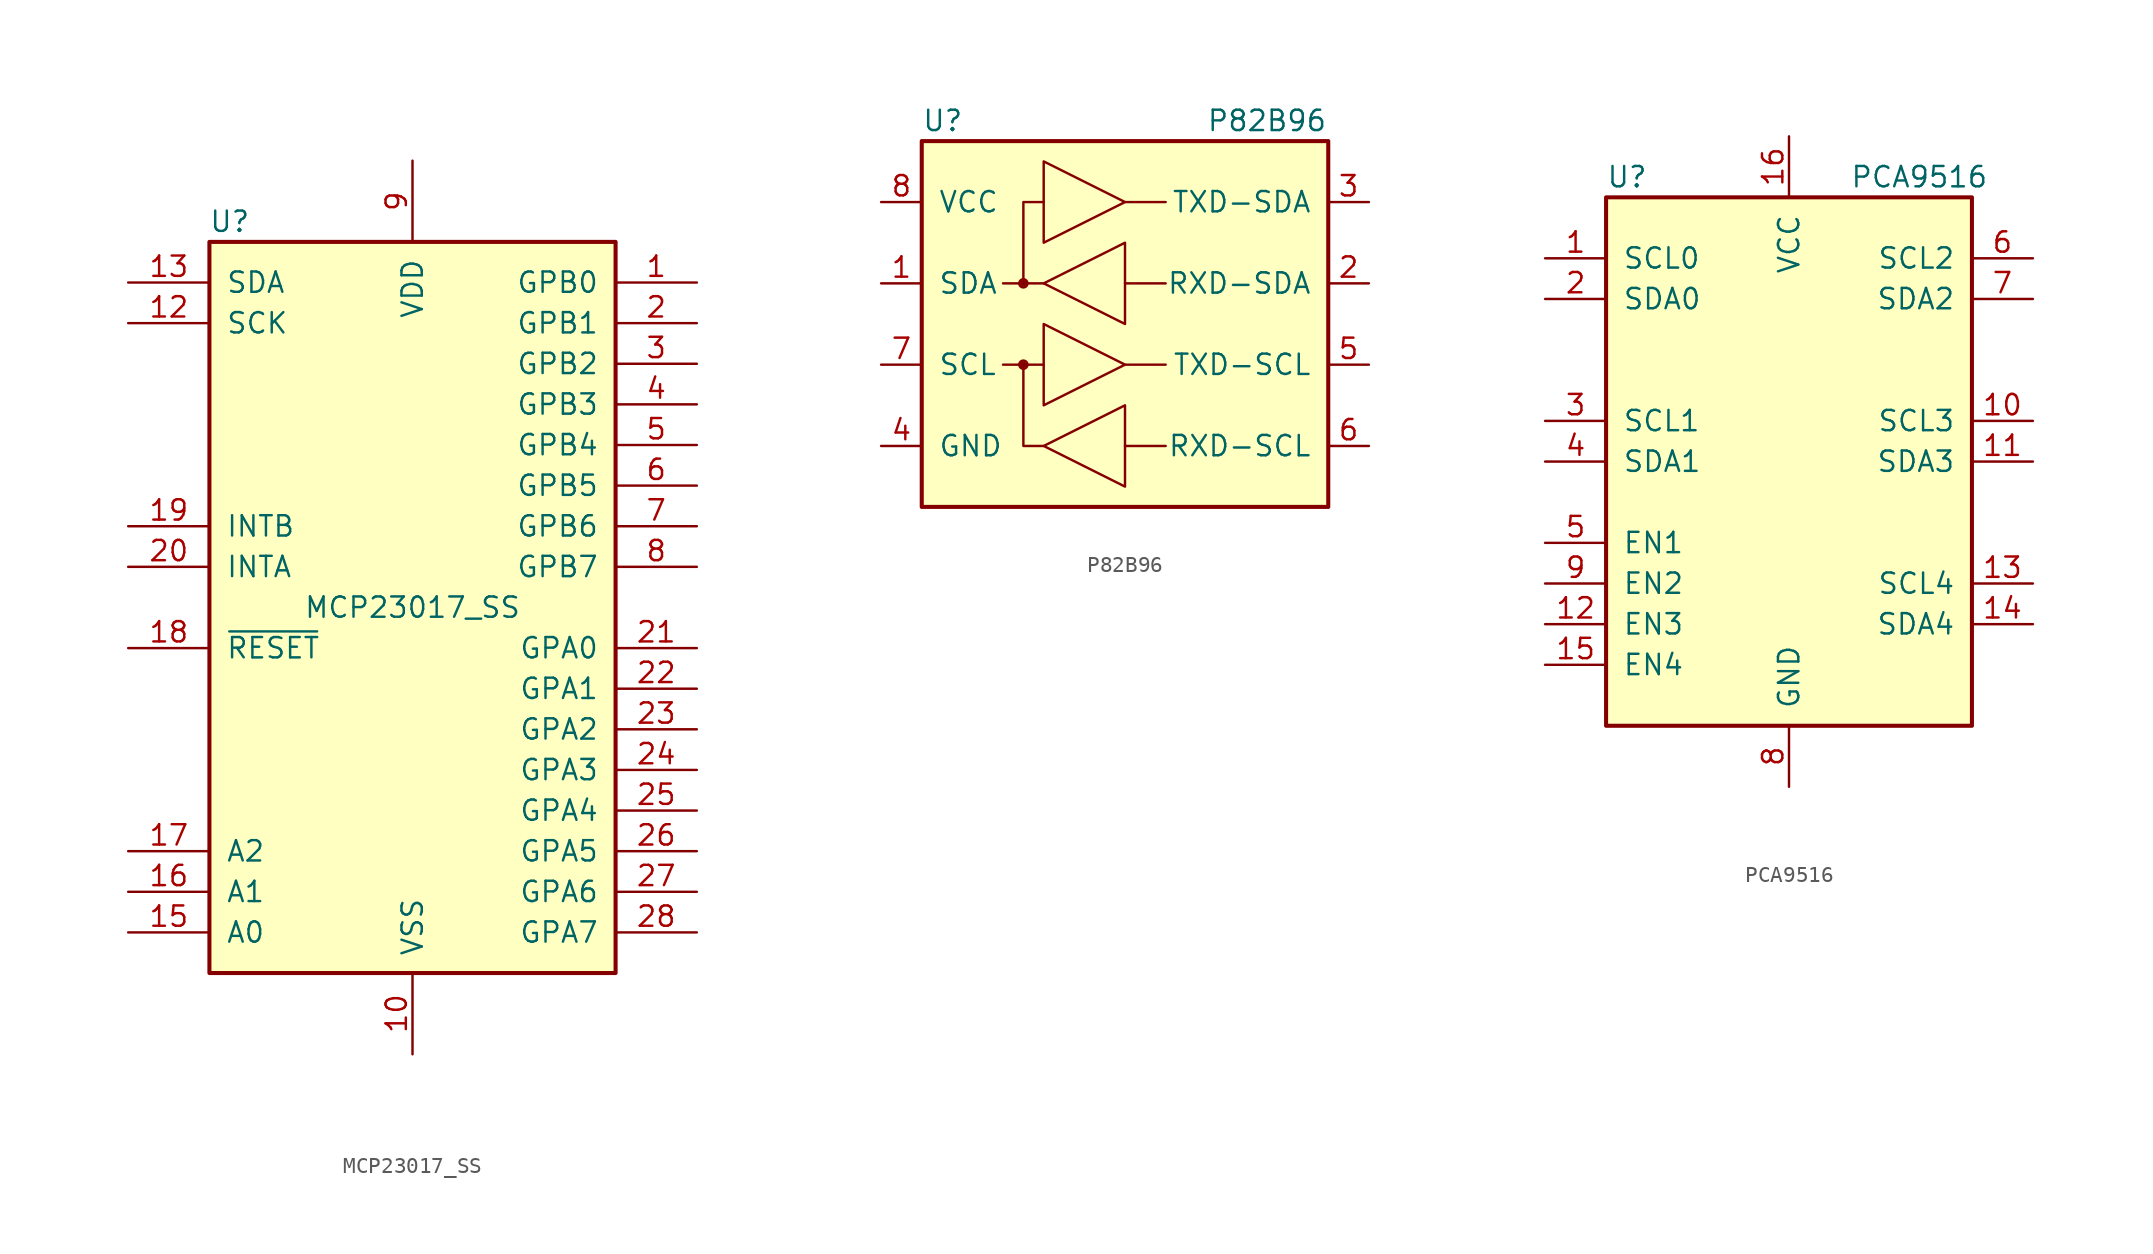
<source format=kicad_sym>
(kicad_symbol_lib
  (version 20201005)
  (generator kicad_symbol_editor)
  (symbol "Interface_Expansion:MCP23017_SS"
    (pin_names
      (offset 1.016))
    (property "Reference" "U"
      (at -11.43 24.13 0)
      (effects (font (size 1.27 1.27))))
    (property "Value" "MCP23017_SS"
      (at 0 0 0)
      (effects (font (size 1.27 1.27))))
    (symbol "MCP23017_SS_0_1"
      (rectangle (start -12.7 22.86) (end 12.7 -22.86) (stroke (width 0.254)) (fill (type background))))
    (symbol "MCP23017_SS_1_1"
      (pin bidirectional line (at 17.78 20.32 180) (length 5.08) (name "GPB0" (effects (font (size 1.27 1.27)))) (number "1" (effects (font (size 1.27 1.27)))))
      (pin power_in line (at 0 -27.94 90) (length 5.08) (name "VSS" (effects (font (size 1.27 1.27)))) (number "10" (effects (font (size 1.27 1.27)))))
      (pin no_connect line (at -12.7 15.24 0) (length 5.08) hide (name "NC" (effects (font (size 1.27 1.27)))) (number "11" (effects (font (size 1.27 1.27)))))
      (pin input line (at -17.78 17.78 0) (length 5.08) (name "SCK" (effects (font (size 1.27 1.27)))) (number "12" (effects (font (size 1.27 1.27)))))
      (pin bidirectional line (at -17.78 20.32 0) (length 5.08) (name "SDA" (effects (font (size 1.27 1.27)))) (number "13" (effects (font (size 1.27 1.27)))))
      (pin no_connect line (at -12.7 12.7 0) (length 5.08) hide (name "NC" (effects (font (size 1.27 1.27)))) (number "14" (effects (font (size 1.27 1.27)))))
      (pin input line (at -17.78 -20.32 0) (length 5.08) (name "A0" (effects (font (size 1.27 1.27)))) (number "15" (effects (font (size 1.27 1.27)))))
      (pin input line (at -17.78 -17.78 0) (length 5.08) (name "A1" (effects (font (size 1.27 1.27)))) (number "16" (effects (font (size 1.27 1.27)))))
      (pin input line (at -17.78 -15.24 0) (length 5.08) (name "A2" (effects (font (size 1.27 1.27)))) (number "17" (effects (font (size 1.27 1.27)))))
      (pin input line (at -17.78 -2.54 0) (length 5.08) (name "~RESET~" (effects (font (size 1.27 1.27)))) (number "18" (effects (font (size 1.27 1.27)))))
      (pin tri_state line (at -17.78 5.08 0) (length 5.08) (name "INTB" (effects (font (size 1.27 1.27)))) (number "19" (effects (font (size 1.27 1.27)))))
      (pin bidirectional line (at 17.78 17.78 180) (length 5.08) (name "GPB1" (effects (font (size 1.27 1.27)))) (number "2" (effects (font (size 1.27 1.27)))))
      (pin tri_state line (at -17.78 2.54 0) (length 5.08) (name "INTA" (effects (font (size 1.27 1.27)))) (number "20" (effects (font (size 1.27 1.27)))))
      (pin bidirectional line (at 17.78 -2.54 180) (length 5.08) (name "GPA0" (effects (font (size 1.27 1.27)))) (number "21" (effects (font (size 1.27 1.27)))))
      (pin bidirectional line (at 17.78 -5.08 180) (length 5.08) (name "GPA1" (effects (font (size 1.27 1.27)))) (number "22" (effects (font (size 1.27 1.27)))))
      (pin bidirectional line (at 17.78 -7.62 180) (length 5.08) (name "GPA2" (effects (font (size 1.27 1.27)))) (number "23" (effects (font (size 1.27 1.27)))))
      (pin bidirectional line (at 17.78 -10.16 180) (length 5.08) (name "GPA3" (effects (font (size 1.27 1.27)))) (number "24" (effects (font (size 1.27 1.27)))))
      (pin bidirectional line (at 17.78 -12.7 180) (length 5.08) (name "GPA4" (effects (font (size 1.27 1.27)))) (number "25" (effects (font (size 1.27 1.27)))))
      (pin bidirectional line (at 17.78 -15.24 180) (length 5.08) (name "GPA5" (effects (font (size 1.27 1.27)))) (number "26" (effects (font (size 1.27 1.27)))))
      (pin bidirectional line (at 17.78 -17.78 180) (length 5.08) (name "GPA6" (effects (font (size 1.27 1.27)))) (number "27" (effects (font (size 1.27 1.27)))))
      (pin bidirectional line (at 17.78 -20.32 180) (length 5.08) (name "GPA7" (effects (font (size 1.27 1.27)))) (number "28" (effects (font (size 1.27 1.27)))))
      (pin bidirectional line (at 17.78 15.24 180) (length 5.08) (name "GPB2" (effects (font (size 1.27 1.27)))) (number "3" (effects (font (size 1.27 1.27)))))
      (pin bidirectional line (at 17.78 12.7 180) (length 5.08) (name "GPB3" (effects (font (size 1.27 1.27)))) (number "4" (effects (font (size 1.27 1.27)))))
      (pin bidirectional line (at 17.78 10.16 180) (length 5.08) (name "GPB4" (effects (font (size 1.27 1.27)))) (number "5" (effects (font (size 1.27 1.27)))))
      (pin bidirectional line (at 17.78 7.62 180) (length 5.08) (name "GPB5" (effects (font (size 1.27 1.27)))) (number "6" (effects (font (size 1.27 1.27)))))
      (pin bidirectional line (at 17.78 5.08 180) (length 5.08) (name "GPB6" (effects (font (size 1.27 1.27)))) (number "7" (effects (font (size 1.27 1.27)))))
      (pin bidirectional line (at 17.78 2.54 180) (length 5.08) (name "GPB7" (effects (font (size 1.27 1.27)))) (number "8" (effects (font (size 1.27 1.27)))))
      (pin power_in line (at 0 27.94 270) (length 5.08) (name "VDD" (effects (font (size 1.27 1.27)))) (number "9" (effects (font (size 1.27 1.27)))))))
  (symbol "Interface_Expansion:P82B96"
    (pin_names
      (offset 1.016))
    (property "Reference" "U"
      (at -12.7 12.7 0)
      (effects (font (size 1.27 1.27)) (justify left)))
    (property "Value" "P82B96"
      (at 5.08 12.7 0)
      (effects (font (size 1.27 1.27)) (justify left)))
    (symbol "P82B96_0_1"
      (circle (center -6.35 -2.54) (radius 0.127) (stroke (width 0)) (fill (type none)))
      (circle (center -6.35 -2.54) (radius 0.254) (stroke (width 0)) (fill (type none)))
      (circle (center -6.35 2.54) (radius 0.127) (stroke (width 0)) (fill (type none)))
      (circle (center -6.35 2.54) (radius 0.254) (stroke (width 0)) (fill (type none)))
      (rectangle (start -12.7 11.43) (end 12.7 -11.43) (stroke (width 0.254)) (fill (type background)))
      (polyline (pts (xy -5.08 -2.54) (xy -7.62 -2.54)) (stroke (width 0)) (fill (type none)))
      (polyline (pts (xy 0 -7.62) (xy 2.54 -7.62)) (stroke (width 0)) (fill (type none)))
      (polyline (pts (xy 0 -2.54) (xy 2.54 -2.54)) (stroke (width 0)) (fill (type none)))
      (polyline (pts (xy -5.08 -7.62) (xy -6.35 -7.62) (xy -6.35 -2.54)) (stroke (width 0)) (fill (type none)))
      (polyline (pts (xy -5.08 2.54) (xy -7.62 2.54) (xy -7.62 2.54)) (stroke (width 0)) (fill (type none)))
      (polyline (pts (xy 0 7.62) (xy 2.54 7.62) (xy 2.54 7.62)) (stroke (width 0)) (fill (type none)))
      (polyline (pts (xy 2.54 2.54) (xy 0 2.54) (xy 0 2.54)) (stroke (width 0)) (fill (type none)))
      (polyline (pts (xy -6.35 2.54) (xy -6.35 7.62) (xy -5.08 7.62) (xy -5.08 7.62)) (stroke (width 0)) (fill (type none)))
      (polyline (pts (xy -5.08 0) (xy -5.08 -5.08) (xy 0 -2.54) (xy -5.08 0) (xy -5.08 0)) (stroke (width 0)) (fill (type none)))
      (polyline (pts (xy -5.08 10.16) (xy -5.08 5.08) (xy 0 7.62) (xy -5.08 10.16) (xy -5.08 10.16)) (stroke (width 0)) (fill (type none)))
      (polyline (pts (xy 0 -5.08) (xy -5.08 -7.62) (xy 0 -10.16) (xy 0 -5.08) (xy 0 -5.08)) (stroke (width 0)) (fill (type none)))
      (polyline (pts (xy 0 5.08) (xy -5.08 2.54) (xy 0 0) (xy 0 5.08) (xy 0 5.08)) (stroke (width 0)) (fill (type none))))
    (symbol "P82B96_1_1"
      (pin bidirectional line (at -15.24 2.54 0) (length 2.54) (name "SDA" (effects (font (size 1.27 1.27)))) (number "1" (effects (font (size 1.27 1.27)))))
      (pin input line (at 15.24 2.54 180) (length 2.54) (name "RXD-SDA" (effects (font (size 1.27 1.27)))) (number "2" (effects (font (size 1.27 1.27)))))
      (pin output line (at 15.24 7.62 180) (length 2.54) (name "TXD-SDA" (effects (font (size 1.27 1.27)))) (number "3" (effects (font (size 1.27 1.27)))))
      (pin power_in line (at -15.24 -7.62 0) (length 2.54) (name "GND" (effects (font (size 1.27 1.27)))) (number "4" (effects (font (size 1.27 1.27)))))
      (pin output line (at 15.24 -2.54 180) (length 2.54) (name "TXD-SCL" (effects (font (size 1.27 1.27)))) (number "5" (effects (font (size 1.27 1.27)))))
      (pin input line (at 15.24 -7.62 180) (length 2.54) (name "RXD-SCL" (effects (font (size 1.27 1.27)))) (number "6" (effects (font (size 1.27 1.27)))))
      (pin bidirectional line (at -15.24 -2.54 0) (length 2.54) (name "SCL" (effects (font (size 1.27 1.27)))) (number "7" (effects (font (size 1.27 1.27)))))
      (pin power_in line (at -15.24 7.62 0) (length 2.54) (name "VCC" (effects (font (size 1.27 1.27)))) (number "8" (effects (font (size 1.27 1.27)))))))
  (symbol "Interface_Expansion:PCA9516"
    (pin_names
      (offset 1.016))
    (property "Reference" "U"
      (at -11.43 17.78 0)
      (effects (font (size 1.27 1.27)) (justify left)))
    (property "Value" "PCA9516"
      (at 3.81 17.78 0)
      (effects (font (size 1.27 1.27)) (justify left)))
    (symbol "PCA9516_0_1"
      (rectangle (start -11.43 16.51) (end 11.43 -16.51) (stroke (width 0.254)) (fill (type background))))
    (symbol "PCA9516_1_1"
      (pin bidirectional line (at -15.24 12.7 0) (length 3.81) (name "SCL0" (effects (font (size 1.27 1.27)))) (number "1" (effects (font (size 1.27 1.27)))))
      (pin bidirectional line (at 15.24 2.54 180) (length 3.81) (name "SCL3" (effects (font (size 1.27 1.27)))) (number "10" (effects (font (size 1.27 1.27)))))
      (pin bidirectional line (at 15.24 0 180) (length 3.81) (name "SDA3" (effects (font (size 1.27 1.27)))) (number "11" (effects (font (size 1.27 1.27)))))
      (pin input line (at -15.24 -10.16 0) (length 3.81) (name "EN3" (effects (font (size 1.27 1.27)))) (number "12" (effects (font (size 1.27 1.27)))))
      (pin bidirectional line (at 15.24 -7.62 180) (length 3.81) (name "SCL4" (effects (font (size 1.27 1.27)))) (number "13" (effects (font (size 1.27 1.27)))))
      (pin bidirectional line (at 15.24 -10.16 180) (length 3.81) (name "SDA4" (effects (font (size 1.27 1.27)))) (number "14" (effects (font (size 1.27 1.27)))))
      (pin input line (at -15.24 -12.7 0) (length 3.81) (name "EN4" (effects (font (size 1.27 1.27)))) (number "15" (effects (font (size 1.27 1.27)))))
      (pin power_in line (at 0 20.32 270) (length 3.81) (name "VCC" (effects (font (size 1.27 1.27)))) (number "16" (effects (font (size 1.27 1.27)))))
      (pin bidirectional line (at -15.24 10.16 0) (length 3.81) (name "SDA0" (effects (font (size 1.27 1.27)))) (number "2" (effects (font (size 1.27 1.27)))))
      (pin bidirectional line (at -15.24 2.54 0) (length 3.81) (name "SCL1" (effects (font (size 1.27 1.27)))) (number "3" (effects (font (size 1.27 1.27)))))
      (pin bidirectional line (at -15.24 0 0) (length 3.81) (name "SDA1" (effects (font (size 1.27 1.27)))) (number "4" (effects (font (size 1.27 1.27)))))
      (pin input line (at -15.24 -5.08 0) (length 3.81) (name "EN1" (effects (font (size 1.27 1.27)))) (number "5" (effects (font (size 1.27 1.27)))))
      (pin bidirectional line (at 15.24 12.7 180) (length 3.81) (name "SCL2" (effects (font (size 1.27 1.27)))) (number "6" (effects (font (size 1.27 1.27)))))
      (pin bidirectional line (at 15.24 10.16 180) (length 3.81) (name "SDA2" (effects (font (size 1.27 1.27)))) (number "7" (effects (font (size 1.27 1.27)))))
      (pin power_in line (at 0 -20.32 90) (length 3.81) (name "GND" (effects (font (size 1.27 1.27)))) (number "8" (effects (font (size 1.27 1.27)))))
      (pin input line (at -15.24 -7.62 0) (length 3.81) (name "EN2" (effects (font (size 1.27 1.27)))) (number "9" (effects (font (size 1.27 1.27))))))))
</source>
